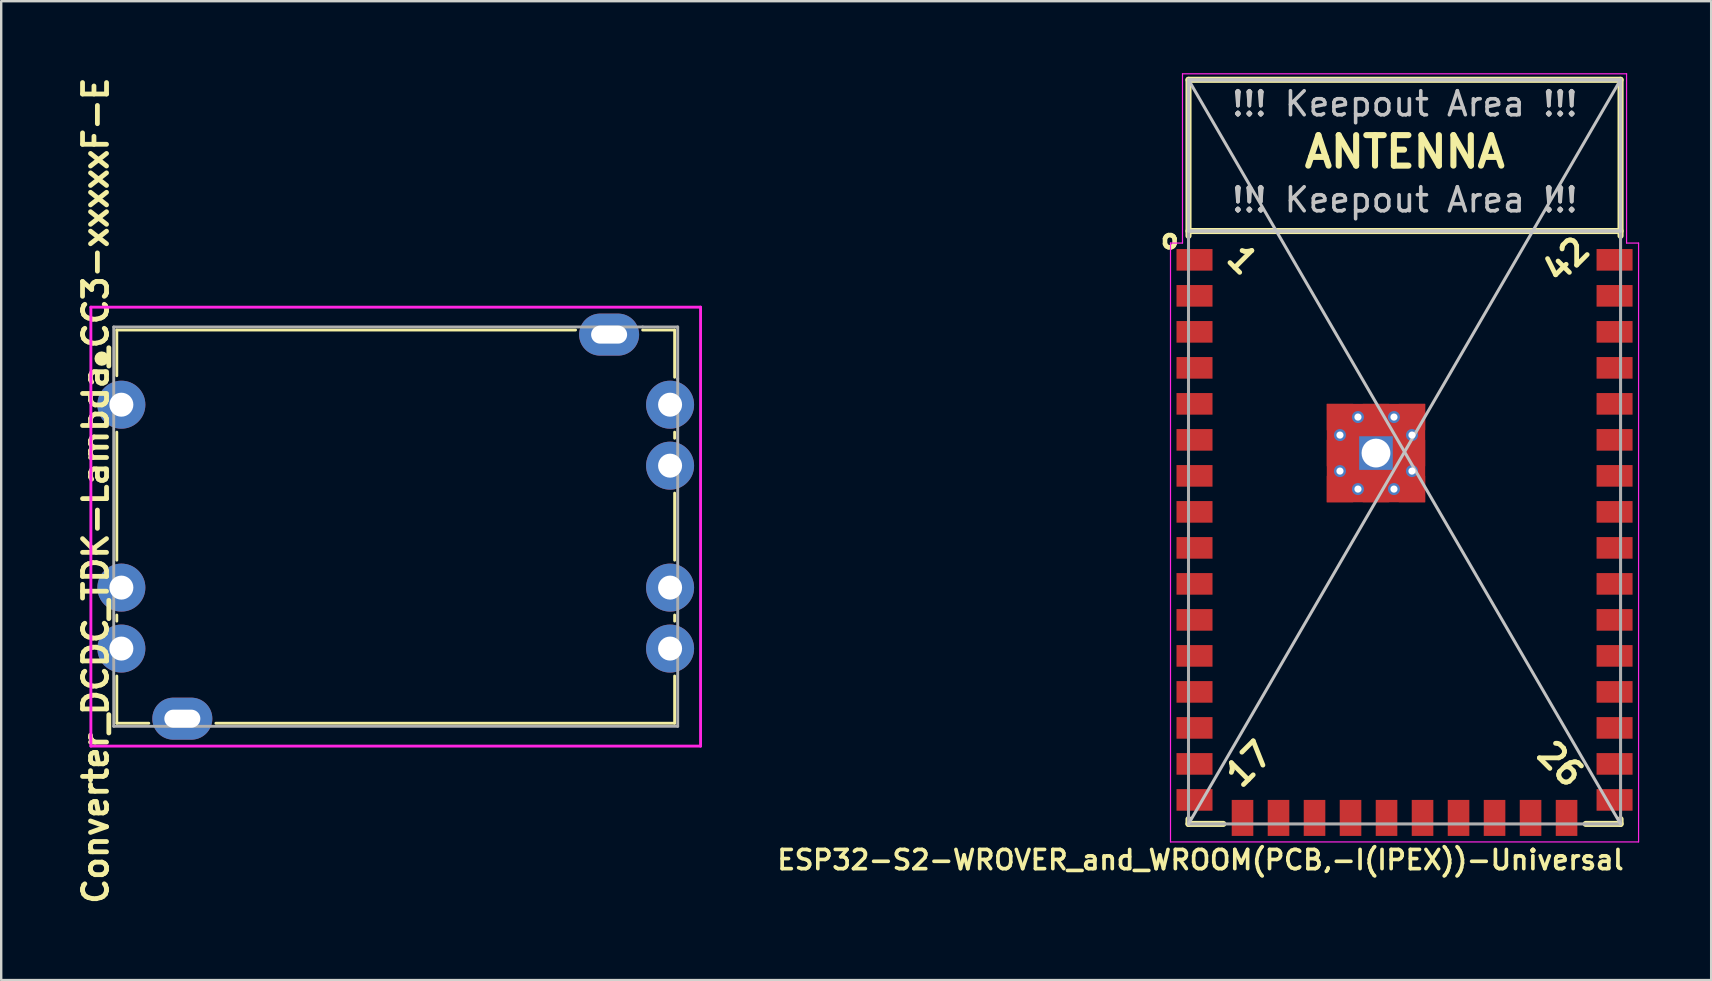
<source format=kicad_pcb>
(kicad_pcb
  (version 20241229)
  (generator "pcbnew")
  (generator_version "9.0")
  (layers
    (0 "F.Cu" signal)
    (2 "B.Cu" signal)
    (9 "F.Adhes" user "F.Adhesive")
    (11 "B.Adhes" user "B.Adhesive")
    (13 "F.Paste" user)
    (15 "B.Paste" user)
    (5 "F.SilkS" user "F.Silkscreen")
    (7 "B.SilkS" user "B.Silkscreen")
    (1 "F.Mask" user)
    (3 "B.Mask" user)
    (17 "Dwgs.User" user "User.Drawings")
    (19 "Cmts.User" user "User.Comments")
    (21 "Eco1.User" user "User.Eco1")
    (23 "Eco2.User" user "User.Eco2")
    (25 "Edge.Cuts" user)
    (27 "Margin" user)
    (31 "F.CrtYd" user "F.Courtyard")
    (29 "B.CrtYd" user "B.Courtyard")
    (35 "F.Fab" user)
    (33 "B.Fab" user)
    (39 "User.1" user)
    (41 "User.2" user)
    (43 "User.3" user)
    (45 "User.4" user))
  (footprint "Converter_DCDC_TDK-Lambda_CC3-xxxxxF-E"
    (layer "F.Cu")
    (at 13.436 18.89)
    (property "Reference" "Converter_DCDC_TDK-Lambda_CC3-xxxxxF-E" (at -12.5 -1.5 270) (layer "F.SilkS") (effects (font (size 1 1) (thickness 0.2))))
    (attr through_hole)
    (fp_line (start -11.62 -8.191) (end 7.493 -8.191) (stroke (width 0.12) (type solid)) (layer "F.SilkS"))
    (fp_line (start -11.62 -6.287) (end -11.62 -8.191) (stroke (width 0.12) (type solid)) (layer "F.SilkS"))
    (fp_line (start -11.62 1.397) (end -11.62 -3.937) (stroke (width 0.12) (type solid)) (layer "F.SilkS"))
    (fp_line (start -11.62 3.683) (end -11.62 3.937) (stroke (width 0.12) (type solid)) (layer "F.SilkS"))
    (fp_line (start -11.62 8.191) (end -11.62 6.223) (stroke (width 0.12) (type solid)) (layer "F.SilkS"))
    (fp_line (start -10.287 8.191) (end -11.62 8.191) (stroke (width 0.12) (type solid)) (layer "F.SilkS"))
    (fp_line (start -7.493 8.191) (end 11.62 8.191) (stroke (width 0.12) (type solid)) (layer "F.SilkS"))
    (fp_line (start 10.287 -8.191) (end 11.62 -8.191) (stroke (width 0.12) (type solid)) (layer "F.SilkS"))
    (fp_line (start 11.62 -8.191) (end 11.62 -6.223) (stroke (width 0.12) (type solid)) (layer "F.SilkS"))
    (fp_line (start 11.62 -3.937) (end 11.62 -3.683) (stroke (width 0.12) (type solid)) (layer "F.SilkS"))
    (fp_line (start 11.62 -1.397) (end 11.62 1.397) (stroke (width 0.12) (type solid)) (layer "F.SilkS"))
    (fp_line (start 11.62 3.683) (end 11.62 3.937) (stroke (width 0.12) (type solid)) (layer "F.SilkS"))
    (fp_line (start 11.62 8.191) (end 11.62 6.223) (stroke (width 0.12) (type solid)) (layer "F.SilkS"))
    (fp_circle (center -12.25 -7) (end -12.1 -7) (stroke (width 0.3) (type solid)) (fill no) (layer "F.SilkS"))
    (fp_line (start -12.7 -9.144) (end -12.7 9.144) (stroke (width 0.12) (type solid)) (layer "F.CrtYd"))
    (fp_line (start -12.7 9.144) (end 12.7 9.144) (stroke (width 0.12) (type solid)) (layer "F.CrtYd"))
    (fp_line (start 12.7 -9.144) (end -12.7 -9.144) (stroke (width 0.12) (type solid)) (layer "F.CrtYd"))
    (fp_line (start 12.7 9.144) (end 12.7 -9.144) (stroke (width 0.12) (type solid)) (layer "F.CrtYd"))
    (fp_line (start -11.748 -8.319) (end 10.287 -8.319) (stroke (width 0.12) (type solid)) (layer "F.Fab"))
    (fp_line (start -11.748 8.319) (end -11.748 -8.319) (stroke (width 0.12) (type solid)) (layer "F.Fab"))
    (fp_line (start 10.287 -8.319) (end 11.748 -8.319) (stroke (width 0.12) (type solid)) (layer "F.Fab"))
    (fp_line (start 11.748 -8.319) (end 11.748 -6.16) (stroke (width 0.12) (type solid)) (layer "F.Fab"))
    (fp_line (start 11.748 -6.16) (end 11.748 8.319) (stroke (width 0.12) (type solid)) (layer "F.Fab"))
    (fp_line (start 11.748 8.319) (end -11.748 8.319) (stroke (width 0.12) (type solid)) (layer "F.Fab"))
    (pad "1" thru_hole circle (at -11.43 -5.08) (size 2 2) (drill 1) (layers "*.Cu" "*.Mask"))
    (pad "2" thru_hole circle (at -11.43 2.54) (size 2 2) (drill 1) (layers "*.Cu" "*.Mask"))
    (pad "3" thru_hole circle (at -11.43 5.08) (size 2 2) (drill 1) (layers "*.Cu" "*.Mask"))
    (pad "4" thru_hole circle (at 11.43 5.08) (size 2 2) (drill 1) (layers "*.Cu" "*.Mask"))
    (pad "5" thru_hole circle (at 11.43 2.54) (size 2 2) (drill 1) (layers "*.Cu" "*.Mask"))
    (pad "6" thru_hole circle (at 11.43 -2.54) (size 2 2) (drill 1) (layers "*.Cu" "*.Mask"))
    (pad "7" thru_hole circle (at 11.43 -5.08) (size 2 2) (drill 1) (layers "*.Cu" "*.Mask"))
    (pad "MP" thru_hole oval (at -8.89 8) (size 2.5 1.75) (drill oval 1.5 0.75) (layers "*.Cu" "*.Mask"))
    (pad "MP" thru_hole oval (at 8.89 -8) (size 2.5 1.75) (drill oval 1.5 0.75) (layers "*.Cu" "*.Mask")))
  (footprint "ESP32-S2-WROVER_and_WROOM(PCB,-I(IPEX))-Universal"
    (layer "F.Cu")
    (at 55.464 15.775)
    (property "Reference" "ESP32-S2-WROVER_and_WROOM(PCB,-I(IPEX))-Universal" (at -8.5 17 0) (layer "F.SilkS") (effects (font (size 0.8 0.8) (thickness 0.152))))
    (attr through_hole)
    (fp_line (start -9 -15.5) (end 9 -15.5) (stroke (width 0.254) (type solid)) (layer "F.SilkS"))
    (fp_line (start -9 -9.2) (end 9 -9.2) (stroke (width 0.254) (type solid)) (layer "F.SilkS"))
    (fp_line (start -9 -9) (end -9 -15.5) (stroke (width 0.254) (type solid)) (layer "F.SilkS"))
    (fp_line (start -9 15.3) (end -9 15.5) (stroke (width 0.254) (type solid)) (layer "F.SilkS"))
    (fp_line (start -9 15.5) (end -7.55 15.5) (stroke (width 0.254) (type solid)) (layer "F.SilkS"))
    (fp_line (start 7.55 15.5) (end 9 15.5) (stroke (width 0.254) (type solid)) (layer "F.SilkS"))
    (fp_line (start 9 -15.5) (end 9 -9) (stroke (width 0.254) (type solid)) (layer "F.SilkS"))
    (fp_line (start 9 15.5) (end 9 15.3) (stroke (width 0.254) (type solid)) (layer "F.SilkS"))
    (fp_line (start -9 -15.5) (end 9 -15.5) (stroke (width 0.127) (type solid)) (layer "Dwgs.User"))
    (fp_line (start -9 -9.2) (end -9 -15.5) (stroke (width 0.127) (type solid)) (layer "Dwgs.User"))
    (fp_line (start 9 -15.5) (end -9 15.5) (stroke (width 0.127) (type solid)) (layer "Dwgs.User"))
    (fp_line (start 9 -15.5) (end 9 -9.2) (stroke (width 0.127) (type solid)) (layer "Dwgs.User"))
    (fp_line (start 9 -9.2) (end -9 -9.2) (stroke (width 0.127) (type solid)) (layer "Dwgs.User"))
    (fp_line (start 9 15.5) (end -9 -15.5) (stroke (width 0.127) (type solid)) (layer "Dwgs.User"))
    (fp_line (start -9.75 -8.7) (end -9.25 -8.7) (stroke (width 0.05) (type solid)) (layer "F.CrtYd"))
    (fp_line (start -9.75 16.25) (end -9.75 -8.7) (stroke (width 0.05) (type solid)) (layer "F.CrtYd"))
    (fp_line (start -9.25 -15.75) (end 9.25 -15.75) (stroke (width 0.05) (type solid)) (layer "F.CrtYd"))
    (fp_line (start -9.25 -8.7) (end -9.25 -15.75) (stroke (width 0.05) (type solid)) (layer "F.CrtYd"))
    (fp_line (start 9.25 -15.75) (end 9.25 -8.7) (stroke (width 0.05) (type solid)) (layer "F.CrtYd"))
    (fp_line (start 9.25 -8.7) (end 9.75 -8.7) (stroke (width 0.05) (type solid)) (layer "F.CrtYd"))
    (fp_line (start 9.75 -8.7) (end 9.75 16.25) (stroke (width 0.05) (type solid)) (layer "F.CrtYd"))
    (fp_line (start 9.75 16.25) (end -9.75 16.25) (stroke (width 0.05) (type solid)) (layer "F.CrtYd"))
    (fp_line (start -9 -15.5) (end -9 -9.2) (stroke (width 0.127) (type solid)) (layer "F.Fab"))
    (fp_line (start -9 -15.5) (end 9 -15.5) (stroke (width 0.127) (type solid)) (layer "F.Fab"))
    (fp_line (start -9 -9.2) (end 9 -9.2) (stroke (width 0.127) (type solid)) (layer "F.Fab"))
    (fp_line (start -9 15.5) (end -9 -9.2) (stroke (width 0.127) (type solid)) (layer "F.Fab"))
    (fp_line (start 9 -15.5) (end 9 -9.2) (stroke (width 0.127) (type solid)) (layer "F.Fab"))
    (fp_line (start 9 -9.2) (end 9 15.5) (stroke (width 0.127) (type solid)) (layer "F.Fab"))
    (fp_line (start 9 15.5) (end -9 15.5) (stroke (width 0.127) (type solid)) (layer "F.Fab"))
    (fp_text user "42" (at 6.75 -8 45) (unlocked yes) (layer "F.SilkS") (effects (font (size 1 1) (thickness 0.2))))
    (fp_text user "o" (at -9.779 -8.865 0) (layer "F.SilkS") (effects (font (size 0.762 0.762) (thickness 0.191))))
    (fp_text user "1" (at -6.75 -8.001 315) (unlocked yes) (layer "F.SilkS") (effects (font (size 1 1) (thickness 0.2))))
    (fp_text user "26" (at 6.51 13 315) (unlocked yes) (layer "F.SilkS") (effects (font (size 1 1) (thickness 0.2))))
    (fp_text user "17" (at -6.49 13 45) (unlocked yes) (layer "F.SilkS") (effects (font (size 1 1) (thickness 0.2))))
    (fp_text user "ANTENNA" (at 0.01 -12.5 180) (layer "F.SilkS") (effects (font (size 1.27 1.27) (thickness 0.254))))
    (fp_text user "!!! Keepout Area !!!" (at 0.01 -10.5 180) (layer "Dwgs.User") (effects (font (size 1 1) (thickness 0.15))))
    (fp_text user "!!! Keepout Area !!!" (at 0.01 -14.5 180) (layer "Dwgs.User") (effects (font (size 1 1) (thickness 0.15))))
    (pad "1" smd rect (at -8.75 -8) (size 1.5 0.9) (layers "F.Cu" "F.Mask" "F.Paste"))
    (pad "2" smd rect (at -8.75 -6.5) (size 1.5 0.9) (layers "F.Cu" "F.Mask" "F.Paste"))
    (pad "3" smd rect (at -8.75 -5) (size 1.5 0.9) (layers "F.Cu" "F.Mask" "F.Paste"))
    (pad "4" smd rect (at -8.75 -3.5) (size 1.5 0.9) (layers "F.Cu" "F.Mask" "F.Paste"))
    (pad "5" smd rect (at -8.75 -2) (size 1.5 0.9) (layers "F.Cu" "F.Mask" "F.Paste"))
    (pad "6" smd rect (at -8.75 -0.5) (size 1.5 0.9) (layers "F.Cu" "F.Mask" "F.Paste"))
    (pad "7" smd rect (at -8.75 1) (size 1.5 0.9) (layers "F.Cu" "F.Mask" "F.Paste"))
    (pad "8" smd rect (at -8.75 2.5) (size 1.5 0.9) (layers "F.Cu" "F.Mask" "F.Paste"))
    (pad "9" smd rect (at -8.75 4) (size 1.5 0.9) (layers "F.Cu" "F.Mask" "F.Paste"))
    (pad "10" smd rect (at -8.75 5.5) (size 1.5 0.9) (layers "F.Cu" "F.Mask" "F.Paste"))
    (pad "11" smd rect (at -8.75 7) (size 1.5 0.9) (layers "F.Cu" "F.Mask" "F.Paste"))
    (pad "12" smd rect (at -8.75 8.5) (size 1.5 0.9) (layers "F.Cu" "F.Mask" "F.Paste"))
    (pad "13" smd rect (at -8.75 10) (size 1.5 0.9) (layers "F.Cu" "F.Mask" "F.Paste"))
    (pad "14" smd rect (at -8.75 11.5) (size 1.5 0.9) (layers "F.Cu" "F.Mask" "F.Paste"))
    (pad "15" smd rect (at -8.75 13) (size 1.5 0.9) (layers "F.Cu" "F.Mask" "F.Paste"))
    (pad "16" smd rect (at -8.75 14.5) (size 1.5 0.9) (layers "F.Cu" "F.Mask" "F.Paste"))
    (pad "17" smd rect (at -6.75 15.25) (size 0.9 1.5) (layers "F.Cu" "F.Mask" "F.Paste"))
    (pad "18" smd rect (at -5.25 15.25) (size 0.9 1.5) (layers "F.Cu" "F.Mask" "F.Paste"))
    (pad "19" smd rect (at -3.75 15.25) (size 0.9 1.5) (layers "F.Cu" "F.Mask" "F.Paste"))
    (pad "20" smd rect (at -2.25 15.25) (size 0.9 1.5) (layers "F.Cu" "F.Mask" "F.Paste"))
    (pad "21" smd rect (at -0.75 15.25) (size 0.9 1.5) (layers "F.Cu" "F.Mask" "F.Paste"))
    (pad "22" smd rect (at 0.75 15.25) (size 0.9 1.5) (layers "F.Cu" "F.Mask" "F.Paste"))
    (pad "23" smd rect (at 2.25 15.25) (size 0.9 1.5) (layers "F.Cu" "F.Mask" "F.Paste"))
    (pad "24" smd rect (at 3.75 15.25) (size 0.9 1.5) (layers "F.Cu" "F.Mask" "F.Paste"))
    (pad "25" smd rect (at 5.25 15.25) (size 0.9 1.5) (layers "F.Cu" "F.Mask" "F.Paste"))
    (pad "26" smd rect (at 6.75 15.25) (size 0.9 1.5) (layers "F.Cu" "F.Mask" "F.Paste"))
    (pad "27" smd rect (at 8.75 14.5) (size 1.5 0.9) (layers "F.Cu" "F.Mask" "F.Paste"))
    (pad "28" smd rect (at 8.75 13) (size 1.5 0.9) (layers "F.Cu" "F.Mask" "F.Paste"))
    (pad "29" smd rect (at 8.75 11.5) (size 1.5 0.9) (layers "F.Cu" "F.Mask" "F.Paste"))
    (pad "30" smd rect (at 8.75 10) (size 1.5 0.9) (layers "F.Cu" "F.Mask" "F.Paste"))
    (pad "31" smd rect (at 8.75 8.5) (size 1.5 0.9) (layers "F.Cu" "F.Mask" "F.Paste"))
    (pad "32" smd rect (at 8.75 7) (size 1.5 0.9) (layers "F.Cu" "F.Mask" "F.Paste"))
    (pad "33" smd rect (at 8.75 5.5) (size 1.5 0.9) (layers "F.Cu" "F.Mask" "F.Paste"))
    (pad "34" smd rect (at 8.75 4) (size 1.5 0.9) (layers "F.Cu" "F.Mask" "F.Paste"))
    (pad "35" smd rect (at 8.75 2.5) (size 1.5 0.9) (layers "F.Cu" "F.Mask" "F.Paste"))
    (pad "36" smd rect (at 8.75 1) (size 1.5 0.9) (layers "F.Cu" "F.Mask" "F.Paste"))
    (pad "37" smd rect (at 8.75 -0.5) (size 1.5 0.9) (layers "F.Cu" "F.Mask" "F.Paste"))
    (pad "38" smd rect (at 8.75 -2) (size 1.5 0.9) (layers "F.Cu" "F.Mask" "F.Paste"))
    (pad "39" smd rect (at 8.75 -3.5) (size 1.5 0.9) (layers "F.Cu" "F.Mask" "F.Paste"))
    (pad "40" smd rect (at 8.75 -5) (size 1.5 0.9) (layers "F.Cu" "F.Mask" "F.Paste"))
    (pad "41" smd rect (at 8.75 -6.5) (size 1.5 0.9) (layers "F.Cu" "F.Mask" "F.Paste"))
    (pad "42" smd rect (at 8.75 -8) (size 1.5 0.9) (layers "F.Cu" "F.Mask" "F.Paste"))
    (pad "43" smd rect (at -2.69 -1.45) (size 1.1 1.1) (layers "F.Cu" "F.Mask" "F.Paste"))
    (pad "43" thru_hole circle (at -2.69 -0.7) (size 0.5 0.5) (drill 0.3) (layers "*.Cu"))
    (pad "43" smd rect (at -2.69 0.05) (size 1.1 1.1) (layers "F.Cu" "F.Mask" "F.Paste"))
    (pad "43" thru_hole circle (at -2.69 0.8) (size 0.5 0.5) (drill 0.3) (layers "*.Cu"))
    (pad "43" smd rect (at -2.69 1.55) (size 1.1 1.1) (layers "F.Cu" "F.Mask" "F.Paste"))
    (pad "43" thru_hole circle (at -1.94 -1.45) (size 0.5 0.5) (drill 0.3) (layers "*.Cu"))
    (pad "43" thru_hole circle (at -1.94 1.55) (size 0.5 0.5) (drill 0.3) (layers "*.Cu"))
    (pad "43" smd rect (at -1.19 -1.45) (size 1.1 1.1) (layers "F.Cu" "F.Mask" "F.Paste"))
    (pad "43" thru_hole rect (at -1.19 0.05) (size 1.4 1.4) (drill 1.2) (layers "*.Cu" "*.Mask" "F.Paste"))
    (pad "43" smd rect (at -1.19 0.05) (size 4.1 4.1) (layers "F.Cu" "F.Mask"))
    (pad "43" smd rect (at -1.19 1.55) (size 1.1 1.1) (layers "F.Cu" "F.Mask" "F.Paste"))
    (pad "43" thru_hole circle (at -0.44 -1.45) (size 0.5 0.5) (drill 0.3) (layers "*.Cu"))
    (pad "43" thru_hole circle (at -0.44 1.55) (size 0.5 0.5) (drill 0.3) (layers "*.Cu"))
    (pad "43" smd rect (at 0.31 -1.45) (size 1.1 1.1) (layers "F.Cu" "F.Mask" "F.Paste"))
    (pad "43" thru_hole circle (at 0.31 -0.7) (size 0.5 0.5) (drill 0.3) (layers "*.Cu"))
    (pad "43" smd rect (at 0.31 0.05) (size 1.1 1.1) (layers "F.Cu" "F.Mask" "F.Paste"))
    (pad "43" thru_hole circle (at 0.31 0.8) (size 0.5 0.5) (drill 0.3) (layers "*.Cu"))
    (pad "43" smd rect (at 0.31 1.55) (size 1.1 1.1) (layers "F.Cu" "F.Mask" "F.Paste")))
  (gr_rect
    (start -3 -3)
    (end 68.239 37.781)
    (stroke (width 0.1) (type default))
    (fill no)
    (layer "Edge.Cuts")))
</source>
